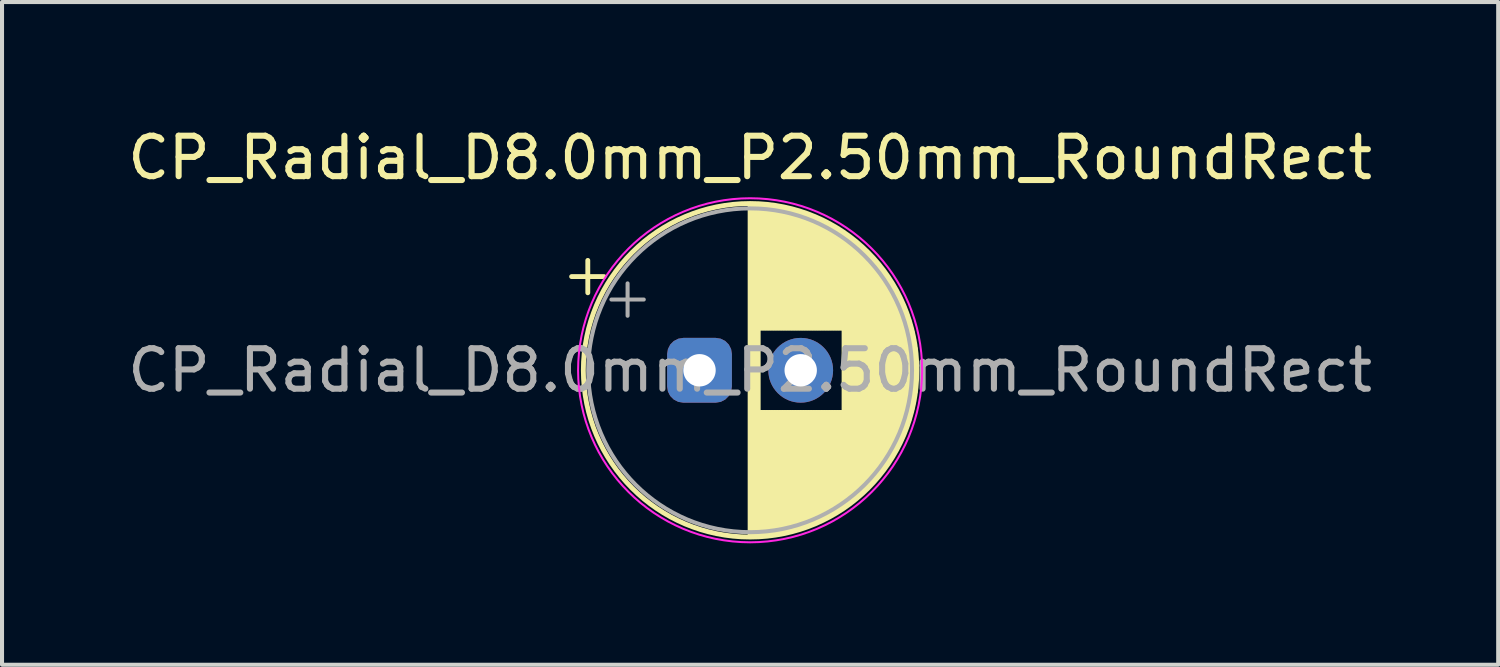
<source format=kicad_pcb>
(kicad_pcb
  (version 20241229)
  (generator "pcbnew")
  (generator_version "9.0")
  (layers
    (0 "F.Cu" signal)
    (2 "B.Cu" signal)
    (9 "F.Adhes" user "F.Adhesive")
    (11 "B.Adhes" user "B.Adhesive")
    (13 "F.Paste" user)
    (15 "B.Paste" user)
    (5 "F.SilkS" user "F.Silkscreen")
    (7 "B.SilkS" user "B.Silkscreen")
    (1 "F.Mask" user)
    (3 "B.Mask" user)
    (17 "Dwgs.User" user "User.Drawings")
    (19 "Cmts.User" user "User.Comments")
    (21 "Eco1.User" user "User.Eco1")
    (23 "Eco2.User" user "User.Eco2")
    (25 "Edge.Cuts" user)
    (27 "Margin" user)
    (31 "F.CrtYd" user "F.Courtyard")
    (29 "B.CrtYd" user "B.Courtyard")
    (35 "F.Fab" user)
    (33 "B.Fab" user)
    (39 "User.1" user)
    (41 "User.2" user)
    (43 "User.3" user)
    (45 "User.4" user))
  (footprint "CP_Radial_D8.0mm_P2.50mm_RoundRect"
    (layer "F.Cu")
    (at 14.232 6.098)
    (property "Reference" "CP_Radial_D8.0mm_P2.50mm_RoundRect" (at 1.25 -5.25 0) (layer "F.SilkS") (effects (font (size 1 1) (thickness 0.15))))
    (attr through_hole)
    (fp_line (start -3.16 -2.315) (end -2.36 -2.315) (stroke (width 0.12) (type solid)) (layer "F.SilkS"))
    (fp_line (start -2.76 -2.715) (end -2.76 -1.915) (stroke (width 0.12) (type solid)) (layer "F.SilkS"))
    (fp_line (start 1.25 -4.08) (end 1.25 4.08) (stroke (width 0.12) (type solid)) (layer "F.SilkS"))
    (fp_line (start 1.29 -4.08) (end 1.29 4.08) (stroke (width 0.12) (type solid)) (layer "F.SilkS"))
    (fp_line (start 1.33 -4.08) (end 1.33 4.08) (stroke (width 0.12) (type solid)) (layer "F.SilkS"))
    (fp_line (start 1.37 -4.079) (end 1.37 4.079) (stroke (width 0.12) (type solid)) (layer "F.SilkS"))
    (fp_line (start 1.41 -4.077) (end 1.41 4.077) (stroke (width 0.12) (type solid)) (layer "F.SilkS"))
    (fp_line (start 1.45 -4.076) (end 1.45 4.076) (stroke (width 0.12) (type solid)) (layer "F.SilkS"))
    (fp_line (start 1.49 -4.074) (end 1.49 -1.04) (stroke (width 0.12) (type solid)) (layer "F.SilkS"))
    (fp_line (start 1.49 1.04) (end 1.49 4.074) (stroke (width 0.12) (type solid)) (layer "F.SilkS"))
    (fp_line (start 1.53 -4.071) (end 1.53 -1.04) (stroke (width 0.12) (type solid)) (layer "F.SilkS"))
    (fp_line (start 1.53 1.04) (end 1.53 4.071) (stroke (width 0.12) (type solid)) (layer "F.SilkS"))
    (fp_line (start 1.57 -4.068) (end 1.57 -1.04) (stroke (width 0.12) (type solid)) (layer "F.SilkS"))
    (fp_line (start 1.57 1.04) (end 1.57 4.068) (stroke (width 0.12) (type solid)) (layer "F.SilkS"))
    (fp_line (start 1.61 -4.065) (end 1.61 -1.04) (stroke (width 0.12) (type solid)) (layer "F.SilkS"))
    (fp_line (start 1.61 1.04) (end 1.61 4.065) (stroke (width 0.12) (type solid)) (layer "F.SilkS"))
    (fp_line (start 1.65 -4.061) (end 1.65 -1.04) (stroke (width 0.12) (type solid)) (layer "F.SilkS"))
    (fp_line (start 1.65 1.04) (end 1.65 4.061) (stroke (width 0.12) (type solid)) (layer "F.SilkS"))
    (fp_line (start 1.69 -4.057) (end 1.69 -1.04) (stroke (width 0.12) (type solid)) (layer "F.SilkS"))
    (fp_line (start 1.69 1.04) (end 1.69 4.057) (stroke (width 0.12) (type solid)) (layer "F.SilkS"))
    (fp_line (start 1.73 -4.052) (end 1.73 -1.04) (stroke (width 0.12) (type solid)) (layer "F.SilkS"))
    (fp_line (start 1.73 1.04) (end 1.73 4.052) (stroke (width 0.12) (type solid)) (layer "F.SilkS"))
    (fp_line (start 1.77 -4.048) (end 1.77 -1.04) (stroke (width 0.12) (type solid)) (layer "F.SilkS"))
    (fp_line (start 1.77 1.04) (end 1.77 4.048) (stroke (width 0.12) (type solid)) (layer "F.SilkS"))
    (fp_line (start 1.81 -4.042) (end 1.81 -1.04) (stroke (width 0.12) (type solid)) (layer "F.SilkS"))
    (fp_line (start 1.81 1.04) (end 1.81 4.042) (stroke (width 0.12) (type solid)) (layer "F.SilkS"))
    (fp_line (start 1.85 -4.037) (end 1.85 -1.04) (stroke (width 0.12) (type solid)) (layer "F.SilkS"))
    (fp_line (start 1.85 1.04) (end 1.85 4.037) (stroke (width 0.12) (type solid)) (layer "F.SilkS"))
    (fp_line (start 1.89 -4.03) (end 1.89 -1.04) (stroke (width 0.12) (type solid)) (layer "F.SilkS"))
    (fp_line (start 1.89 1.04) (end 1.89 4.03) (stroke (width 0.12) (type solid)) (layer "F.SilkS"))
    (fp_line (start 1.93 -4.024) (end 1.93 -1.04) (stroke (width 0.12) (type solid)) (layer "F.SilkS"))
    (fp_line (start 1.93 1.04) (end 1.93 4.024) (stroke (width 0.12) (type solid)) (layer "F.SilkS"))
    (fp_line (start 1.971 -4.017) (end 1.971 -1.04) (stroke (width 0.12) (type solid)) (layer "F.SilkS"))
    (fp_line (start 1.971 1.04) (end 1.971 4.017) (stroke (width 0.12) (type solid)) (layer "F.SilkS"))
    (fp_line (start 2.011 -4.01) (end 2.011 -1.04) (stroke (width 0.12) (type solid)) (layer "F.SilkS"))
    (fp_line (start 2.011 1.04) (end 2.011 4.01) (stroke (width 0.12) (type solid)) (layer "F.SilkS"))
    (fp_line (start 2.051 -4.002) (end 2.051 -1.04) (stroke (width 0.12) (type solid)) (layer "F.SilkS"))
    (fp_line (start 2.051 1.04) (end 2.051 4.002) (stroke (width 0.12) (type solid)) (layer "F.SilkS"))
    (fp_line (start 2.091 -3.994) (end 2.091 -1.04) (stroke (width 0.12) (type solid)) (layer "F.SilkS"))
    (fp_line (start 2.091 1.04) (end 2.091 3.994) (stroke (width 0.12) (type solid)) (layer "F.SilkS"))
    (fp_line (start 2.131 -3.985) (end 2.131 -1.04) (stroke (width 0.12) (type solid)) (layer "F.SilkS"))
    (fp_line (start 2.131 1.04) (end 2.131 3.985) (stroke (width 0.12) (type solid)) (layer "F.SilkS"))
    (fp_line (start 2.171 -3.976) (end 2.171 -1.04) (stroke (width 0.12) (type solid)) (layer "F.SilkS"))
    (fp_line (start 2.171 1.04) (end 2.171 3.976) (stroke (width 0.12) (type solid)) (layer "F.SilkS"))
    (fp_line (start 2.211 -3.967) (end 2.211 -1.04) (stroke (width 0.12) (type solid)) (layer "F.SilkS"))
    (fp_line (start 2.211 1.04) (end 2.211 3.967) (stroke (width 0.12) (type solid)) (layer "F.SilkS"))
    (fp_line (start 2.251 -3.957) (end 2.251 -1.04) (stroke (width 0.12) (type solid)) (layer "F.SilkS"))
    (fp_line (start 2.251 1.04) (end 2.251 3.957) (stroke (width 0.12) (type solid)) (layer "F.SilkS"))
    (fp_line (start 2.291 -3.947) (end 2.291 -1.04) (stroke (width 0.12) (type solid)) (layer "F.SilkS"))
    (fp_line (start 2.291 1.04) (end 2.291 3.947) (stroke (width 0.12) (type solid)) (layer "F.SilkS"))
    (fp_line (start 2.331 -3.936) (end 2.331 -1.04) (stroke (width 0.12) (type solid)) (layer "F.SilkS"))
    (fp_line (start 2.331 1.04) (end 2.331 3.936) (stroke (width 0.12) (type solid)) (layer "F.SilkS"))
    (fp_line (start 2.371 -3.925) (end 2.371 -1.04) (stroke (width 0.12) (type solid)) (layer "F.SilkS"))
    (fp_line (start 2.371 1.04) (end 2.371 3.925) (stroke (width 0.12) (type solid)) (layer "F.SilkS"))
    (fp_line (start 2.411 -3.914) (end 2.411 -1.04) (stroke (width 0.12) (type solid)) (layer "F.SilkS"))
    (fp_line (start 2.411 1.04) (end 2.411 3.914) (stroke (width 0.12) (type solid)) (layer "F.SilkS"))
    (fp_line (start 2.451 -3.902) (end 2.451 -1.04) (stroke (width 0.12) (type solid)) (layer "F.SilkS"))
    (fp_line (start 2.451 1.04) (end 2.451 3.902) (stroke (width 0.12) (type solid)) (layer "F.SilkS"))
    (fp_line (start 2.491 -3.889) (end 2.491 -1.04) (stroke (width 0.12) (type solid)) (layer "F.SilkS"))
    (fp_line (start 2.491 1.04) (end 2.491 3.889) (stroke (width 0.12) (type solid)) (layer "F.SilkS"))
    (fp_line (start 2.531 -3.877) (end 2.531 -1.04) (stroke (width 0.12) (type solid)) (layer "F.SilkS"))
    (fp_line (start 2.531 1.04) (end 2.531 3.877) (stroke (width 0.12) (type solid)) (layer "F.SilkS"))
    (fp_line (start 2.571 -3.863) (end 2.571 -1.04) (stroke (width 0.12) (type solid)) (layer "F.SilkS"))
    (fp_line (start 2.571 1.04) (end 2.571 3.863) (stroke (width 0.12) (type solid)) (layer "F.SilkS"))
    (fp_line (start 2.611 -3.85) (end 2.611 -1.04) (stroke (width 0.12) (type solid)) (layer "F.SilkS"))
    (fp_line (start 2.611 1.04) (end 2.611 3.85) (stroke (width 0.12) (type solid)) (layer "F.SilkS"))
    (fp_line (start 2.651 -3.835) (end 2.651 -1.04) (stroke (width 0.12) (type solid)) (layer "F.SilkS"))
    (fp_line (start 2.651 1.04) (end 2.651 3.835) (stroke (width 0.12) (type solid)) (layer "F.SilkS"))
    (fp_line (start 2.691 -3.821) (end 2.691 -1.04) (stroke (width 0.12) (type solid)) (layer "F.SilkS"))
    (fp_line (start 2.691 1.04) (end 2.691 3.821) (stroke (width 0.12) (type solid)) (layer "F.SilkS"))
    (fp_line (start 2.731 -3.805) (end 2.731 -1.04) (stroke (width 0.12) (type solid)) (layer "F.SilkS"))
    (fp_line (start 2.731 1.04) (end 2.731 3.805) (stroke (width 0.12) (type solid)) (layer "F.SilkS"))
    (fp_line (start 2.771 -3.79) (end 2.771 -1.04) (stroke (width 0.12) (type solid)) (layer "F.SilkS"))
    (fp_line (start 2.771 1.04) (end 2.771 3.79) (stroke (width 0.12) (type solid)) (layer "F.SilkS"))
    (fp_line (start 2.811 -3.774) (end 2.811 -1.04) (stroke (width 0.12) (type solid)) (layer "F.SilkS"))
    (fp_line (start 2.811 1.04) (end 2.811 3.774) (stroke (width 0.12) (type solid)) (layer "F.SilkS"))
    (fp_line (start 2.851 -3.757) (end 2.851 -1.04) (stroke (width 0.12) (type solid)) (layer "F.SilkS"))
    (fp_line (start 2.851 1.04) (end 2.851 3.757) (stroke (width 0.12) (type solid)) (layer "F.SilkS"))
    (fp_line (start 2.891 -3.74) (end 2.891 -1.04) (stroke (width 0.12) (type solid)) (layer "F.SilkS"))
    (fp_line (start 2.891 1.04) (end 2.891 3.74) (stroke (width 0.12) (type solid)) (layer "F.SilkS"))
    (fp_line (start 2.931 -3.722) (end 2.931 -1.04) (stroke (width 0.12) (type solid)) (layer "F.SilkS"))
    (fp_line (start 2.931 1.04) (end 2.931 3.722) (stroke (width 0.12) (type solid)) (layer "F.SilkS"))
    (fp_line (start 2.971 -3.704) (end 2.971 -1.04) (stroke (width 0.12) (type solid)) (layer "F.SilkS"))
    (fp_line (start 2.971 1.04) (end 2.971 3.704) (stroke (width 0.12) (type solid)) (layer "F.SilkS"))
    (fp_line (start 3.011 -3.686) (end 3.011 -1.04) (stroke (width 0.12) (type solid)) (layer "F.SilkS"))
    (fp_line (start 3.011 1.04) (end 3.011 3.686) (stroke (width 0.12) (type solid)) (layer "F.SilkS"))
    (fp_line (start 3.051 -3.666) (end 3.051 -1.04) (stroke (width 0.12) (type solid)) (layer "F.SilkS"))
    (fp_line (start 3.051 1.04) (end 3.051 3.666) (stroke (width 0.12) (type solid)) (layer "F.SilkS"))
    (fp_line (start 3.091 -3.647) (end 3.091 -1.04) (stroke (width 0.12) (type solid)) (layer "F.SilkS"))
    (fp_line (start 3.091 1.04) (end 3.091 3.647) (stroke (width 0.12) (type solid)) (layer "F.SilkS"))
    (fp_line (start 3.131 -3.627) (end 3.131 -1.04) (stroke (width 0.12) (type solid)) (layer "F.SilkS"))
    (fp_line (start 3.131 1.04) (end 3.131 3.627) (stroke (width 0.12) (type solid)) (layer "F.SilkS"))
    (fp_line (start 3.171 -3.606) (end 3.171 -1.04) (stroke (width 0.12) (type solid)) (layer "F.SilkS"))
    (fp_line (start 3.171 1.04) (end 3.171 3.606) (stroke (width 0.12) (type solid)) (layer "F.SilkS"))
    (fp_line (start 3.211 -3.584) (end 3.211 -1.04) (stroke (width 0.12) (type solid)) (layer "F.SilkS"))
    (fp_line (start 3.211 1.04) (end 3.211 3.584) (stroke (width 0.12) (type solid)) (layer "F.SilkS"))
    (fp_line (start 3.251 -3.562) (end 3.251 -1.04) (stroke (width 0.12) (type solid)) (layer "F.SilkS"))
    (fp_line (start 3.251 1.04) (end 3.251 3.562) (stroke (width 0.12) (type solid)) (layer "F.SilkS"))
    (fp_line (start 3.291 -3.54) (end 3.291 -1.04) (stroke (width 0.12) (type solid)) (layer "F.SilkS"))
    (fp_line (start 3.291 1.04) (end 3.291 3.54) (stroke (width 0.12) (type solid)) (layer "F.SilkS"))
    (fp_line (start 3.331 -3.517) (end 3.331 -1.04) (stroke (width 0.12) (type solid)) (layer "F.SilkS"))
    (fp_line (start 3.331 1.04) (end 3.331 3.517) (stroke (width 0.12) (type solid)) (layer "F.SilkS"))
    (fp_line (start 3.371 -3.493) (end 3.371 -1.04) (stroke (width 0.12) (type solid)) (layer "F.SilkS"))
    (fp_line (start 3.371 1.04) (end 3.371 3.493) (stroke (width 0.12) (type solid)) (layer "F.SilkS"))
    (fp_line (start 3.411 -3.469) (end 3.411 -1.04) (stroke (width 0.12) (type solid)) (layer "F.SilkS"))
    (fp_line (start 3.411 1.04) (end 3.411 3.469) (stroke (width 0.12) (type solid)) (layer "F.SilkS"))
    (fp_line (start 3.451 -3.444) (end 3.451 -1.04) (stroke (width 0.12) (type solid)) (layer "F.SilkS"))
    (fp_line (start 3.451 1.04) (end 3.451 3.444) (stroke (width 0.12) (type solid)) (layer "F.SilkS"))
    (fp_line (start 3.491 -3.418) (end 3.491 -1.04) (stroke (width 0.12) (type solid)) (layer "F.SilkS"))
    (fp_line (start 3.491 1.04) (end 3.491 3.418) (stroke (width 0.12) (type solid)) (layer "F.SilkS"))
    (fp_line (start 3.531 -3.392) (end 3.531 -1.04) (stroke (width 0.12) (type solid)) (layer "F.SilkS"))
    (fp_line (start 3.531 1.04) (end 3.531 3.392) (stroke (width 0.12) (type solid)) (layer "F.SilkS"))
    (fp_line (start 3.571 -3.365) (end 3.571 3.365) (stroke (width 0.12) (type solid)) (layer "F.SilkS"))
    (fp_line (start 3.611 -3.338) (end 3.611 3.338) (stroke (width 0.12) (type solid)) (layer "F.SilkS"))
    (fp_line (start 3.651 -3.309) (end 3.651 3.309) (stroke (width 0.12) (type solid)) (layer "F.SilkS"))
    (fp_line (start 3.691 -3.28) (end 3.691 3.28) (stroke (width 0.12) (type solid)) (layer "F.SilkS"))
    (fp_line (start 3.731 -3.25) (end 3.731 3.25) (stroke (width 0.12) (type solid)) (layer "F.SilkS"))
    (fp_line (start 3.771 -3.22) (end 3.771 3.22) (stroke (width 0.12) (type solid)) (layer "F.SilkS"))
    (fp_line (start 3.811 -3.189) (end 3.811 3.189) (stroke (width 0.12) (type solid)) (layer "F.SilkS"))
    (fp_line (start 3.851 -3.156) (end 3.851 3.156) (stroke (width 0.12) (type solid)) (layer "F.SilkS"))
    (fp_line (start 3.891 -3.124) (end 3.891 3.124) (stroke (width 0.12) (type solid)) (layer "F.SilkS"))
    (fp_line (start 3.931 -3.09) (end 3.931 3.09) (stroke (width 0.12) (type solid)) (layer "F.SilkS"))
    (fp_line (start 3.971 -3.055) (end 3.971 3.055) (stroke (width 0.12) (type solid)) (layer "F.SilkS"))
    (fp_line (start 4.011 -3.019) (end 4.011 3.019) (stroke (width 0.12) (type solid)) (layer "F.SilkS"))
    (fp_line (start 4.051 -2.983) (end 4.051 2.983) (stroke (width 0.12) (type solid)) (layer "F.SilkS"))
    (fp_line (start 4.091 -2.945) (end 4.091 2.945) (stroke (width 0.12) (type solid)) (layer "F.SilkS"))
    (fp_line (start 4.131 -2.907) (end 4.131 2.907) (stroke (width 0.12) (type solid)) (layer "F.SilkS"))
    (fp_line (start 4.171 -2.867) (end 4.171 2.867) (stroke (width 0.12) (type solid)) (layer "F.SilkS"))
    (fp_line (start 4.211 -2.826) (end 4.211 2.826) (stroke (width 0.12) (type solid)) (layer "F.SilkS"))
    (fp_line (start 4.251 -2.784) (end 4.251 2.784) (stroke (width 0.12) (type solid)) (layer "F.SilkS"))
    (fp_line (start 4.291 -2.741) (end 4.291 2.741) (stroke (width 0.12) (type solid)) (layer "F.SilkS"))
    (fp_line (start 4.331 -2.697) (end 4.331 2.697) (stroke (width 0.12) (type solid)) (layer "F.SilkS"))
    (fp_line (start 4.371 -2.651) (end 4.371 2.651) (stroke (width 0.12) (type solid)) (layer "F.SilkS"))
    (fp_line (start 4.411 -2.604) (end 4.411 2.604) (stroke (width 0.12) (type solid)) (layer "F.SilkS"))
    (fp_line (start 4.451 -2.556) (end 4.451 2.556) (stroke (width 0.12) (type solid)) (layer "F.SilkS"))
    (fp_line (start 4.491 -2.505) (end 4.491 2.505) (stroke (width 0.12) (type solid)) (layer "F.SilkS"))
    (fp_line (start 4.531 -2.454) (end 4.531 2.454) (stroke (width 0.12) (type solid)) (layer "F.SilkS"))
    (fp_line (start 4.571 -2.4) (end 4.571 2.4) (stroke (width 0.12) (type solid)) (layer "F.SilkS"))
    (fp_line (start 4.611 -2.345) (end 4.611 2.345) (stroke (width 0.12) (type solid)) (layer "F.SilkS"))
    (fp_line (start 4.651 -2.287) (end 4.651 2.287) (stroke (width 0.12) (type solid)) (layer "F.SilkS"))
    (fp_line (start 4.691 -2.228) (end 4.691 2.228) (stroke (width 0.12) (type solid)) (layer "F.SilkS"))
    (fp_line (start 4.731 -2.166) (end 4.731 2.166) (stroke (width 0.12) (type solid)) (layer "F.SilkS"))
    (fp_line (start 4.771 -2.102) (end 4.771 2.102) (stroke (width 0.12) (type solid)) (layer "F.SilkS"))
    (fp_line (start 4.811 -2.034) (end 4.811 2.034) (stroke (width 0.12) (type solid)) (layer "F.SilkS"))
    (fp_line (start 4.851 -1.964) (end 4.851 1.964) (stroke (width 0.12) (type solid)) (layer "F.SilkS"))
    (fp_line (start 4.891 -1.89) (end 4.891 1.89) (stroke (width 0.12) (type solid)) (layer "F.SilkS"))
    (fp_line (start 4.931 -1.813) (end 4.931 1.813) (stroke (width 0.12) (type solid)) (layer "F.SilkS"))
    (fp_line (start 4.971 -1.731) (end 4.971 1.731) (stroke (width 0.12) (type solid)) (layer "F.SilkS"))
    (fp_line (start 5.011 -1.645) (end 5.011 1.645) (stroke (width 0.12) (type solid)) (layer "F.SilkS"))
    (fp_line (start 5.051 -1.552) (end 5.051 1.552) (stroke (width 0.12) (type solid)) (layer "F.SilkS"))
    (fp_line (start 5.091 -1.453) (end 5.091 1.453) (stroke (width 0.12) (type solid)) (layer "F.SilkS"))
    (fp_line (start 5.131 -1.346) (end 5.131 1.346) (stroke (width 0.12) (type solid)) (layer "F.SilkS"))
    (fp_line (start 5.171 -1.229) (end 5.171 1.229) (stroke (width 0.12) (type solid)) (layer "F.SilkS"))
    (fp_line (start 5.211 -1.098) (end 5.211 1.098) (stroke (width 0.12) (type solid)) (layer "F.SilkS"))
    (fp_line (start 5.251 -0.948) (end 5.251 0.948) (stroke (width 0.12) (type solid)) (layer "F.SilkS"))
    (fp_line (start 5.291 -0.768) (end 5.291 0.768) (stroke (width 0.12) (type solid)) (layer "F.SilkS"))
    (fp_line (start 5.331 -0.533) (end 5.331 0.533) (stroke (width 0.12) (type solid)) (layer "F.SilkS"))
    (fp_circle (center 1.25 0) (end 5.37 0) (stroke (width 0.12) (type solid)) (fill no) (layer "F.SilkS"))
    (fp_circle (center 1.25 0) (end 5.5 0) (stroke (width 0.05) (type solid)) (fill no) (layer "F.CrtYd"))
    (fp_line (start -2.177 -1.748) (end -1.377 -1.748) (stroke (width 0.1) (type solid)) (layer "F.Fab"))
    (fp_line (start -1.777 -2.147) (end -1.777 -1.347) (stroke (width 0.1) (type solid)) (layer "F.Fab"))
    (fp_circle (center 1.25 0) (end 5.25 0) (stroke (width 0.1) (type solid)) (fill no) (layer "F.Fab"))
    (fp_text user "${REFERENCE}" (at 1.25 0 0) (layer "F.Fab") (effects (font (size 1 1) (thickness 0.15))))
    (pad "1" thru_hole roundrect (at 0 0) (size 1.6 1.6) (drill 0.8) (layers "*.Cu" "*.Mask") (roundrect_rratio 0.25))
    (pad "2" thru_hole circle (at 2.5 0) (size 1.6 1.6) (drill 0.8) (layers "*.Cu" "*.Mask")))
  (gr_rect
    (start -3 -3)
    (end 33.964 13.373)
    (stroke (width 0.1) (type default))
    (fill no)
    (layer "Edge.Cuts")))
</source>
